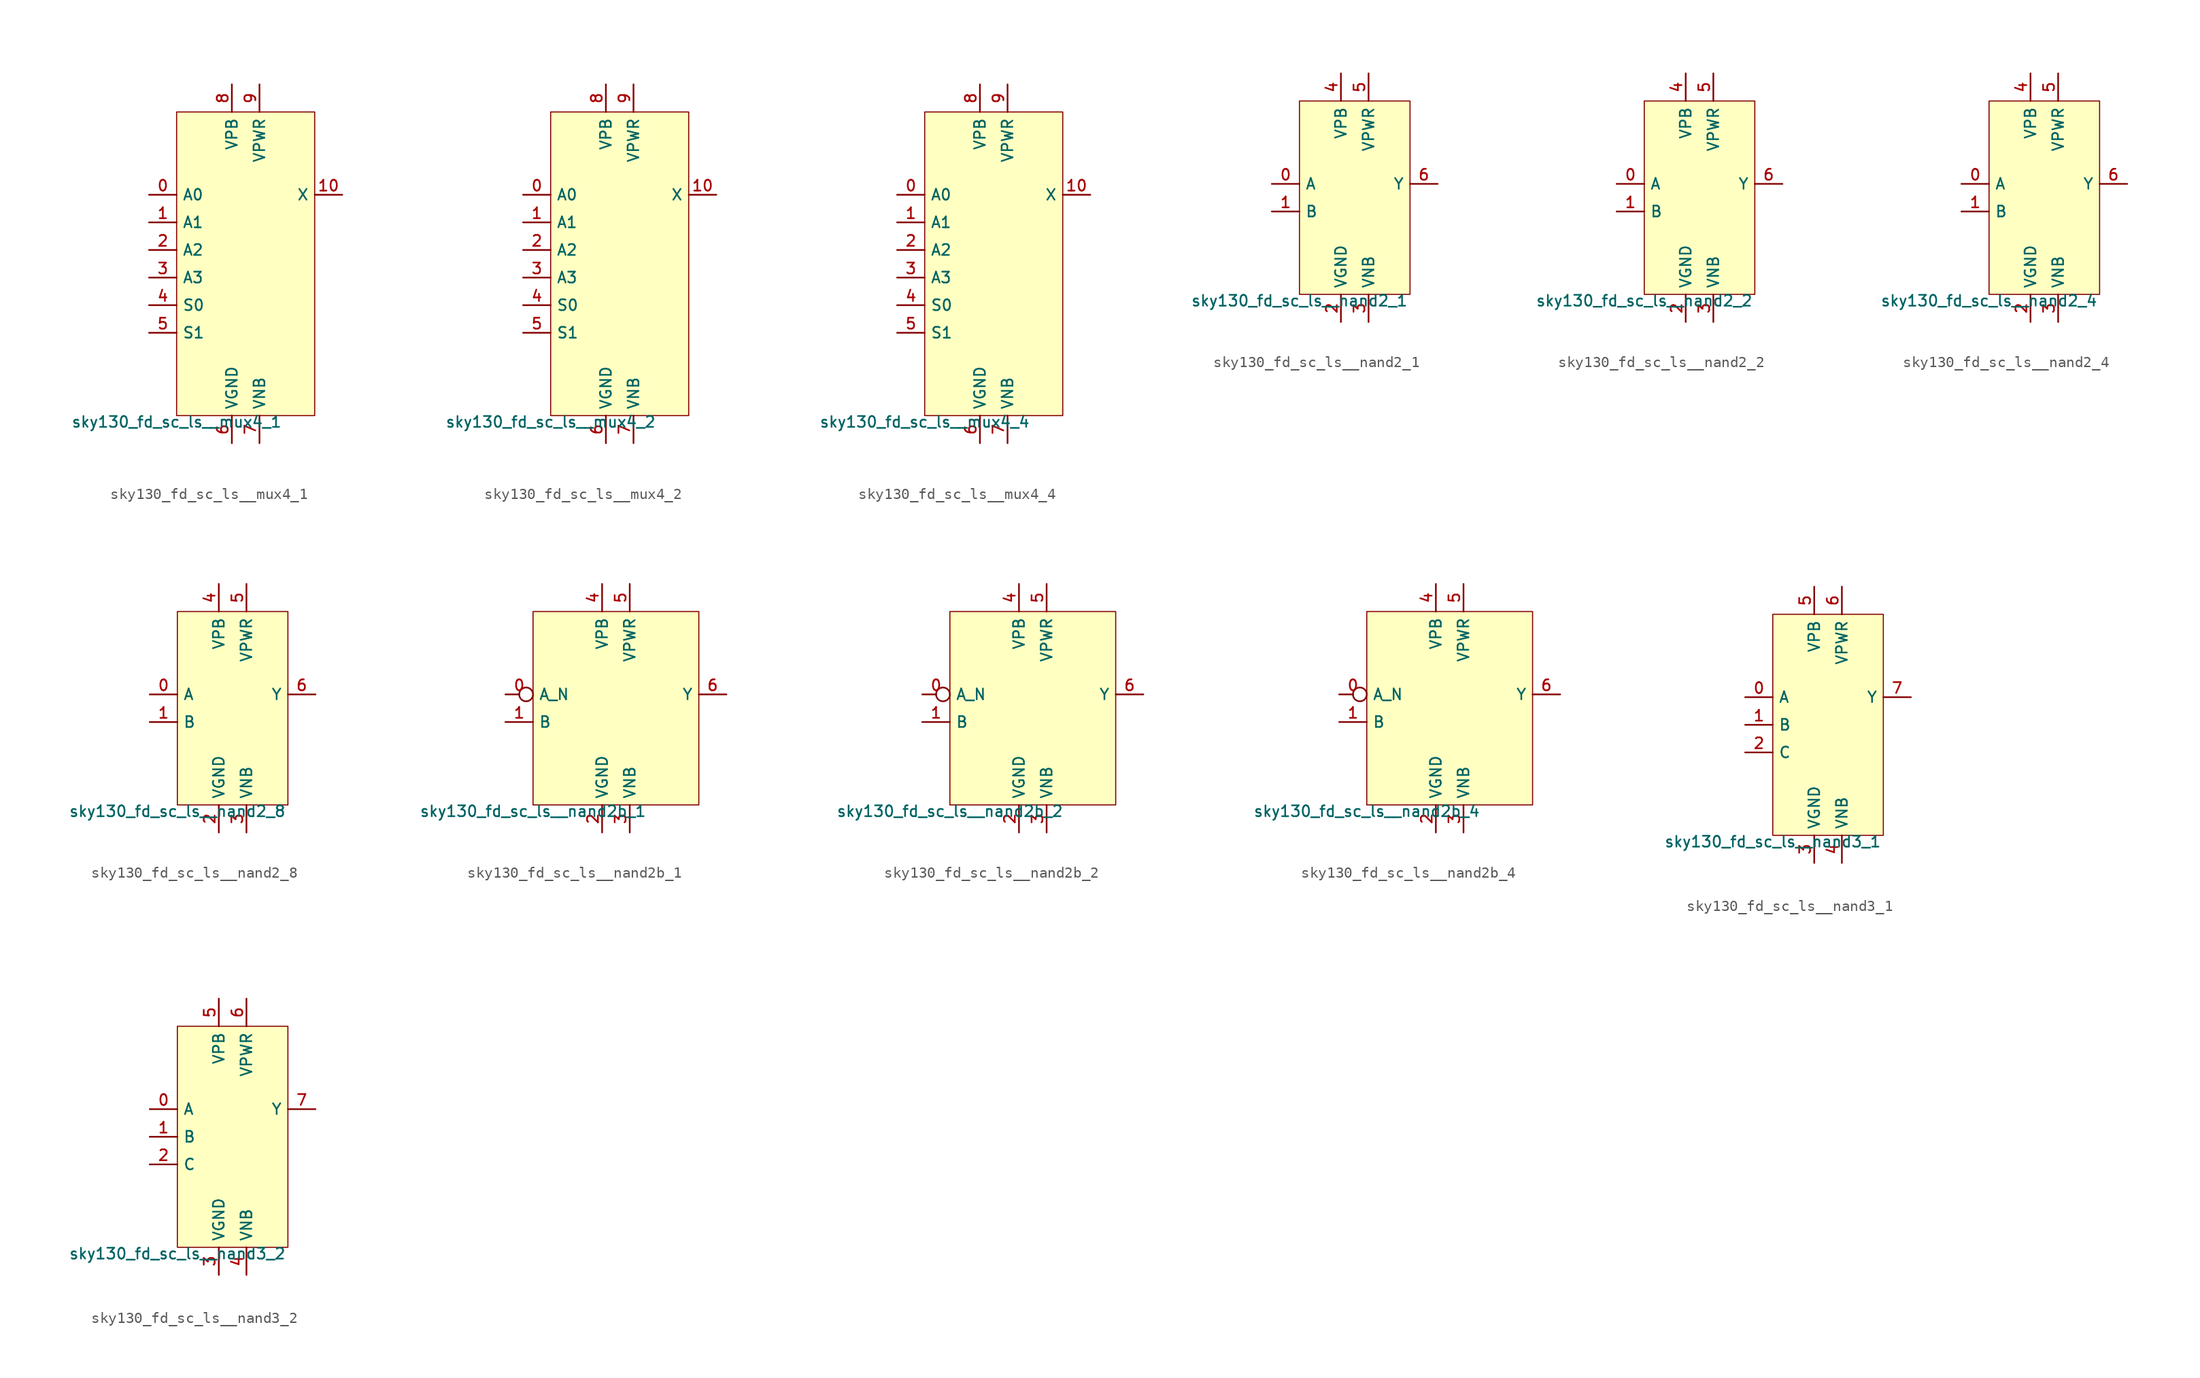
<source format=kicad_sym>
(kicad_symbol_lib
  (version 20211014)
  (generator lef2kicad_sym)
  (symbol "sky130_fd_sc_ls__mux4_1"
    (property "Reference" "X"
      (at 0 0 0)
      (effects (font (size 1 1)) hide))
    (property "Value" "sky130_fd_sc_ls__mux4_1"
      (at -6.35 -13.97 0)
      (effects (font (size 1 1)) (justify top)))
    (rectangle
      (start -6.35 -13.97)
      (end 6.35 13.97)
      (stroke (width 0.1) (type solid) (color 0 0 0 0))
      (fill (type background)))
    (pin input line
      (at -8.89 6.35 0)
      (length 2.54)
      (name "A0" (effects (font (size 1 1)) hide))
      (number "0" (effects (font (size 1 1)) hide)))
    (pin input line
      (at -8.89 3.81 0)
      (length 2.54)
      (name "A1" (effects (font (size 1 1)) hide))
      (number "1" (effects (font (size 1 1)) hide)))
    (pin input line
      (at -8.89 1.27 0)
      (length 2.54)
      (name "A2" (effects (font (size 1 1)) hide))
      (number "2" (effects (font (size 1 1)) hide)))
    (pin input line
      (at -8.89 -1.27 0)
      (length 2.54)
      (name "A3" (effects (font (size 1 1)) hide))
      (number "3" (effects (font (size 1 1)) hide)))
    (pin input line
      (at -8.89 -3.81 0)
      (length 2.54)
      (name "S0" (effects (font (size 1 1)) hide))
      (number "4" (effects (font (size 1 1)) hide)))
    (pin input line
      (at -8.89 -6.35 0)
      (length 2.54)
      (name "S1" (effects (font (size 1 1)) hide))
      (number "5" (effects (font (size 1 1)) hide)))
    (pin power_in line
      (at -1.27 -16.51 90)
      (length 2.54)
      (name "VGND" (effects (font (size 1 1)) hide))
      (number "6" (effects (font (size 1 1)) hide)))
    (pin power_in line
      (at 1.27 -16.51 90)
      (length 2.54)
      (name "VNB" (effects (font (size 1 1)) hide))
      (number "7" (effects (font (size 1 1)) hide)))
    (pin power_in line
      (at -1.27 16.51 270)
      (length 2.54)
      (name "VPB" (effects (font (size 1 1)) hide))
      (number "8" (effects (font (size 1 1)) hide)))
    (pin power_in line
      (at 1.27 16.51 270)
      (length 2.54)
      (name "VPWR" (effects (font (size 1 1)) hide))
      (number "9" (effects (font (size 1 1)) hide)))
    (pin output line
      (at 8.89 6.35 180)
      (length 2.54)
      (name "X" (effects (font (size 1 1)) hide))
      (number "10" (effects (font (size 1 1)) hide))))
  (symbol "sky130_fd_sc_ls__mux4_2"
    (property "Reference" "X"
      (at 0 0 0)
      (effects (font (size 1 1)) hide))
    (property "Value" "sky130_fd_sc_ls__mux4_2"
      (at -6.35 -13.97 0)
      (effects (font (size 1 1)) (justify top)))
    (rectangle
      (start -6.35 -13.97)
      (end 6.35 13.97)
      (stroke (width 0.1) (type solid) (color 0 0 0 0))
      (fill (type background)))
    (pin input line
      (at -8.89 6.35 0)
      (length 2.54)
      (name "A0" (effects (font (size 1 1)) hide))
      (number "0" (effects (font (size 1 1)) hide)))
    (pin input line
      (at -8.89 3.81 0)
      (length 2.54)
      (name "A1" (effects (font (size 1 1)) hide))
      (number "1" (effects (font (size 1 1)) hide)))
    (pin input line
      (at -8.89 1.27 0)
      (length 2.54)
      (name "A2" (effects (font (size 1 1)) hide))
      (number "2" (effects (font (size 1 1)) hide)))
    (pin input line
      (at -8.89 -1.27 0)
      (length 2.54)
      (name "A3" (effects (font (size 1 1)) hide))
      (number "3" (effects (font (size 1 1)) hide)))
    (pin input line
      (at -8.89 -3.81 0)
      (length 2.54)
      (name "S0" (effects (font (size 1 1)) hide))
      (number "4" (effects (font (size 1 1)) hide)))
    (pin input line
      (at -8.89 -6.35 0)
      (length 2.54)
      (name "S1" (effects (font (size 1 1)) hide))
      (number "5" (effects (font (size 1 1)) hide)))
    (pin power_in line
      (at -1.27 -16.51 90)
      (length 2.54)
      (name "VGND" (effects (font (size 1 1)) hide))
      (number "6" (effects (font (size 1 1)) hide)))
    (pin power_in line
      (at 1.27 -16.51 90)
      (length 2.54)
      (name "VNB" (effects (font (size 1 1)) hide))
      (number "7" (effects (font (size 1 1)) hide)))
    (pin power_in line
      (at -1.27 16.51 270)
      (length 2.54)
      (name "VPB" (effects (font (size 1 1)) hide))
      (number "8" (effects (font (size 1 1)) hide)))
    (pin power_in line
      (at 1.27 16.51 270)
      (length 2.54)
      (name "VPWR" (effects (font (size 1 1)) hide))
      (number "9" (effects (font (size 1 1)) hide)))
    (pin output line
      (at 8.89 6.35 180)
      (length 2.54)
      (name "X" (effects (font (size 1 1)) hide))
      (number "10" (effects (font (size 1 1)) hide))))
  (symbol "sky130_fd_sc_ls__mux4_4"
    (property "Reference" "X"
      (at 0 0 0)
      (effects (font (size 1 1)) hide))
    (property "Value" "sky130_fd_sc_ls__mux4_4"
      (at -6.35 -13.97 0)
      (effects (font (size 1 1)) (justify top)))
    (rectangle
      (start -6.35 -13.97)
      (end 6.35 13.97)
      (stroke (width 0.1) (type solid) (color 0 0 0 0))
      (fill (type background)))
    (pin input line
      (at -8.89 6.35 0)
      (length 2.54)
      (name "A0" (effects (font (size 1 1)) hide))
      (number "0" (effects (font (size 1 1)) hide)))
    (pin input line
      (at -8.89 3.81 0)
      (length 2.54)
      (name "A1" (effects (font (size 1 1)) hide))
      (number "1" (effects (font (size 1 1)) hide)))
    (pin input line
      (at -8.89 1.27 0)
      (length 2.54)
      (name "A2" (effects (font (size 1 1)) hide))
      (number "2" (effects (font (size 1 1)) hide)))
    (pin input line
      (at -8.89 -1.27 0)
      (length 2.54)
      (name "A3" (effects (font (size 1 1)) hide))
      (number "3" (effects (font (size 1 1)) hide)))
    (pin input line
      (at -8.89 -3.81 0)
      (length 2.54)
      (name "S0" (effects (font (size 1 1)) hide))
      (number "4" (effects (font (size 1 1)) hide)))
    (pin input line
      (at -8.89 -6.35 0)
      (length 2.54)
      (name "S1" (effects (font (size 1 1)) hide))
      (number "5" (effects (font (size 1 1)) hide)))
    (pin power_in line
      (at -1.27 -16.51 90)
      (length 2.54)
      (name "VGND" (effects (font (size 1 1)) hide))
      (number "6" (effects (font (size 1 1)) hide)))
    (pin power_in line
      (at 1.27 -16.51 90)
      (length 2.54)
      (name "VNB" (effects (font (size 1 1)) hide))
      (number "7" (effects (font (size 1 1)) hide)))
    (pin power_in line
      (at -1.27 16.51 270)
      (length 2.54)
      (name "VPB" (effects (font (size 1 1)) hide))
      (number "8" (effects (font (size 1 1)) hide)))
    (pin power_in line
      (at 1.27 16.51 270)
      (length 2.54)
      (name "VPWR" (effects (font (size 1 1)) hide))
      (number "9" (effects (font (size 1 1)) hide)))
    (pin output line
      (at 8.89 6.35 180)
      (length 2.54)
      (name "X" (effects (font (size 1 1)) hide))
      (number "10" (effects (font (size 1 1)) hide))))
  (symbol "sky130_fd_sc_ls__nand2_1"
    (property "Reference" "X"
      (at 0 0 0)
      (effects (font (size 1 1)) hide))
    (property "Value" "sky130_fd_sc_ls__nand2_1"
      (at -5.08 -8.89 0)
      (effects (font (size 1 1)) (justify top)))
    (rectangle
      (start -5.08 -8.89)
      (end 5.08 8.89)
      (stroke (width 0.1) (type solid) (color 0 0 0 0))
      (fill (type background)))
    (pin input line
      (at -7.62 1.27 0)
      (length 2.54)
      (name "A" (effects (font (size 1 1)) hide))
      (number "0" (effects (font (size 1 1)) hide)))
    (pin input line
      (at -7.62 -1.27 0)
      (length 2.54)
      (name "B" (effects (font (size 1 1)) hide))
      (number "1" (effects (font (size 1 1)) hide)))
    (pin power_in line
      (at -1.27 -11.43 90)
      (length 2.54)
      (name "VGND" (effects (font (size 1 1)) hide))
      (number "2" (effects (font (size 1 1)) hide)))
    (pin power_in line
      (at 1.27 -11.43 90)
      (length 2.54)
      (name "VNB" (effects (font (size 1 1)) hide))
      (number "3" (effects (font (size 1 1)) hide)))
    (pin power_in line
      (at -1.27 11.43 270)
      (length 2.54)
      (name "VPB" (effects (font (size 1 1)) hide))
      (number "4" (effects (font (size 1 1)) hide)))
    (pin power_in line
      (at 1.27 11.43 270)
      (length 2.54)
      (name "VPWR" (effects (font (size 1 1)) hide))
      (number "5" (effects (font (size 1 1)) hide)))
    (pin output line
      (at 7.62 1.27 180)
      (length 2.54)
      (name "Y" (effects (font (size 1 1)) hide))
      (number "6" (effects (font (size 1 1)) hide))))
  (symbol "sky130_fd_sc_ls__nand2_2"
    (property "Reference" "X"
      (at 0 0 0)
      (effects (font (size 1 1)) hide))
    (property "Value" "sky130_fd_sc_ls__nand2_2"
      (at -5.08 -8.89 0)
      (effects (font (size 1 1)) (justify top)))
    (rectangle
      (start -5.08 -8.89)
      (end 5.08 8.89)
      (stroke (width 0.1) (type solid) (color 0 0 0 0))
      (fill (type background)))
    (pin input line
      (at -7.62 1.27 0)
      (length 2.54)
      (name "A" (effects (font (size 1 1)) hide))
      (number "0" (effects (font (size 1 1)) hide)))
    (pin input line
      (at -7.62 -1.27 0)
      (length 2.54)
      (name "B" (effects (font (size 1 1)) hide))
      (number "1" (effects (font (size 1 1)) hide)))
    (pin power_in line
      (at -1.27 -11.43 90)
      (length 2.54)
      (name "VGND" (effects (font (size 1 1)) hide))
      (number "2" (effects (font (size 1 1)) hide)))
    (pin power_in line
      (at 1.27 -11.43 90)
      (length 2.54)
      (name "VNB" (effects (font (size 1 1)) hide))
      (number "3" (effects (font (size 1 1)) hide)))
    (pin power_in line
      (at -1.27 11.43 270)
      (length 2.54)
      (name "VPB" (effects (font (size 1 1)) hide))
      (number "4" (effects (font (size 1 1)) hide)))
    (pin power_in line
      (at 1.27 11.43 270)
      (length 2.54)
      (name "VPWR" (effects (font (size 1 1)) hide))
      (number "5" (effects (font (size 1 1)) hide)))
    (pin output line
      (at 7.62 1.27 180)
      (length 2.54)
      (name "Y" (effects (font (size 1 1)) hide))
      (number "6" (effects (font (size 1 1)) hide))))
  (symbol "sky130_fd_sc_ls__nand2_4"
    (property "Reference" "X"
      (at 0 0 0)
      (effects (font (size 1 1)) hide))
    (property "Value" "sky130_fd_sc_ls__nand2_4"
      (at -5.08 -8.89 0)
      (effects (font (size 1 1)) (justify top)))
    (rectangle
      (start -5.08 -8.89)
      (end 5.08 8.89)
      (stroke (width 0.1) (type solid) (color 0 0 0 0))
      (fill (type background)))
    (pin input line
      (at -7.62 1.27 0)
      (length 2.54)
      (name "A" (effects (font (size 1 1)) hide))
      (number "0" (effects (font (size 1 1)) hide)))
    (pin input line
      (at -7.62 -1.27 0)
      (length 2.54)
      (name "B" (effects (font (size 1 1)) hide))
      (number "1" (effects (font (size 1 1)) hide)))
    (pin power_in line
      (at -1.27 -11.43 90)
      (length 2.54)
      (name "VGND" (effects (font (size 1 1)) hide))
      (number "2" (effects (font (size 1 1)) hide)))
    (pin power_in line
      (at 1.27 -11.43 90)
      (length 2.54)
      (name "VNB" (effects (font (size 1 1)) hide))
      (number "3" (effects (font (size 1 1)) hide)))
    (pin power_in line
      (at -1.27 11.43 270)
      (length 2.54)
      (name "VPB" (effects (font (size 1 1)) hide))
      (number "4" (effects (font (size 1 1)) hide)))
    (pin power_in line
      (at 1.27 11.43 270)
      (length 2.54)
      (name "VPWR" (effects (font (size 1 1)) hide))
      (number "5" (effects (font (size 1 1)) hide)))
    (pin output line
      (at 7.62 1.27 180)
      (length 2.54)
      (name "Y" (effects (font (size 1 1)) hide))
      (number "6" (effects (font (size 1 1)) hide))))
  (symbol "sky130_fd_sc_ls__nand2_8"
    (property "Reference" "X"
      (at 0 0 0)
      (effects (font (size 1 1)) hide))
    (property "Value" "sky130_fd_sc_ls__nand2_8"
      (at -5.08 -8.89 0)
      (effects (font (size 1 1)) (justify top)))
    (rectangle
      (start -5.08 -8.89)
      (end 5.08 8.89)
      (stroke (width 0.1) (type solid) (color 0 0 0 0))
      (fill (type background)))
    (pin input line
      (at -7.62 1.27 0)
      (length 2.54)
      (name "A" (effects (font (size 1 1)) hide))
      (number "0" (effects (font (size 1 1)) hide)))
    (pin input line
      (at -7.62 -1.27 0)
      (length 2.54)
      (name "B" (effects (font (size 1 1)) hide))
      (number "1" (effects (font (size 1 1)) hide)))
    (pin power_in line
      (at -1.27 -11.43 90)
      (length 2.54)
      (name "VGND" (effects (font (size 1 1)) hide))
      (number "2" (effects (font (size 1 1)) hide)))
    (pin power_in line
      (at 1.27 -11.43 90)
      (length 2.54)
      (name "VNB" (effects (font (size 1 1)) hide))
      (number "3" (effects (font (size 1 1)) hide)))
    (pin power_in line
      (at -1.27 11.43 270)
      (length 2.54)
      (name "VPB" (effects (font (size 1 1)) hide))
      (number "4" (effects (font (size 1 1)) hide)))
    (pin power_in line
      (at 1.27 11.43 270)
      (length 2.54)
      (name "VPWR" (effects (font (size 1 1)) hide))
      (number "5" (effects (font (size 1 1)) hide)))
    (pin output line
      (at 7.62 1.27 180)
      (length 2.54)
      (name "Y" (effects (font (size 1 1)) hide))
      (number "6" (effects (font (size 1 1)) hide))))
  (symbol "sky130_fd_sc_ls__nand2b_1"
    (property "Reference" "X"
      (at 0 0 0)
      (effects (font (size 1 1)) hide))
    (property "Value" "sky130_fd_sc_ls__nand2b_1"
      (at -7.62 -8.89 0)
      (effects (font (size 1 1)) (justify top)))
    (rectangle
      (start -7.62 -8.89)
      (end 7.62 8.89)
      (stroke (width 0.1) (type solid) (color 0 0 0 0))
      (fill (type background)))
    (pin input inverted
      (at -10.16 1.27 0)
      (length 2.54)
      (name "A_N" (effects (font (size 1 1)) hide))
      (number "0" (effects (font (size 1 1)) hide)))
    (pin input line
      (at -10.16 -1.27 0)
      (length 2.54)
      (name "B" (effects (font (size 1 1)) hide))
      (number "1" (effects (font (size 1 1)) hide)))
    (pin power_in line
      (at -1.27 -11.43 90)
      (length 2.54)
      (name "VGND" (effects (font (size 1 1)) hide))
      (number "2" (effects (font (size 1 1)) hide)))
    (pin power_in line
      (at 1.27 -11.43 90)
      (length 2.54)
      (name "VNB" (effects (font (size 1 1)) hide))
      (number "3" (effects (font (size 1 1)) hide)))
    (pin power_in line
      (at -1.27 11.43 270)
      (length 2.54)
      (name "VPB" (effects (font (size 1 1)) hide))
      (number "4" (effects (font (size 1 1)) hide)))
    (pin power_in line
      (at 1.27 11.43 270)
      (length 2.54)
      (name "VPWR" (effects (font (size 1 1)) hide))
      (number "5" (effects (font (size 1 1)) hide)))
    (pin output line
      (at 10.16 1.27 180)
      (length 2.54)
      (name "Y" (effects (font (size 1 1)) hide))
      (number "6" (effects (font (size 1 1)) hide))))
  (symbol "sky130_fd_sc_ls__nand2b_2"
    (property "Reference" "X"
      (at 0 0 0)
      (effects (font (size 1 1)) hide))
    (property "Value" "sky130_fd_sc_ls__nand2b_2"
      (at -7.62 -8.89 0)
      (effects (font (size 1 1)) (justify top)))
    (rectangle
      (start -7.62 -8.89)
      (end 7.62 8.89)
      (stroke (width 0.1) (type solid) (color 0 0 0 0))
      (fill (type background)))
    (pin input inverted
      (at -10.16 1.27 0)
      (length 2.54)
      (name "A_N" (effects (font (size 1 1)) hide))
      (number "0" (effects (font (size 1 1)) hide)))
    (pin input line
      (at -10.16 -1.27 0)
      (length 2.54)
      (name "B" (effects (font (size 1 1)) hide))
      (number "1" (effects (font (size 1 1)) hide)))
    (pin power_in line
      (at -1.27 -11.43 90)
      (length 2.54)
      (name "VGND" (effects (font (size 1 1)) hide))
      (number "2" (effects (font (size 1 1)) hide)))
    (pin power_in line
      (at 1.27 -11.43 90)
      (length 2.54)
      (name "VNB" (effects (font (size 1 1)) hide))
      (number "3" (effects (font (size 1 1)) hide)))
    (pin power_in line
      (at -1.27 11.43 270)
      (length 2.54)
      (name "VPB" (effects (font (size 1 1)) hide))
      (number "4" (effects (font (size 1 1)) hide)))
    (pin power_in line
      (at 1.27 11.43 270)
      (length 2.54)
      (name "VPWR" (effects (font (size 1 1)) hide))
      (number "5" (effects (font (size 1 1)) hide)))
    (pin output line
      (at 10.16 1.27 180)
      (length 2.54)
      (name "Y" (effects (font (size 1 1)) hide))
      (number "6" (effects (font (size 1 1)) hide))))
  (symbol "sky130_fd_sc_ls__nand2b_4"
    (property "Reference" "X"
      (at 0 0 0)
      (effects (font (size 1 1)) hide))
    (property "Value" "sky130_fd_sc_ls__nand2b_4"
      (at -7.62 -8.89 0)
      (effects (font (size 1 1)) (justify top)))
    (rectangle
      (start -7.62 -8.89)
      (end 7.62 8.89)
      (stroke (width 0.1) (type solid) (color 0 0 0 0))
      (fill (type background)))
    (pin input inverted
      (at -10.16 1.27 0)
      (length 2.54)
      (name "A_N" (effects (font (size 1 1)) hide))
      (number "0" (effects (font (size 1 1)) hide)))
    (pin input line
      (at -10.16 -1.27 0)
      (length 2.54)
      (name "B" (effects (font (size 1 1)) hide))
      (number "1" (effects (font (size 1 1)) hide)))
    (pin power_in line
      (at -1.27 -11.43 90)
      (length 2.54)
      (name "VGND" (effects (font (size 1 1)) hide))
      (number "2" (effects (font (size 1 1)) hide)))
    (pin power_in line
      (at 1.27 -11.43 90)
      (length 2.54)
      (name "VNB" (effects (font (size 1 1)) hide))
      (number "3" (effects (font (size 1 1)) hide)))
    (pin power_in line
      (at -1.27 11.43 270)
      (length 2.54)
      (name "VPB" (effects (font (size 1 1)) hide))
      (number "4" (effects (font (size 1 1)) hide)))
    (pin power_in line
      (at 1.27 11.43 270)
      (length 2.54)
      (name "VPWR" (effects (font (size 1 1)) hide))
      (number "5" (effects (font (size 1 1)) hide)))
    (pin output line
      (at 10.16 1.27 180)
      (length 2.54)
      (name "Y" (effects (font (size 1 1)) hide))
      (number "6" (effects (font (size 1 1)) hide))))
  (symbol "sky130_fd_sc_ls__nand3_1"
    (property "Reference" "X"
      (at 0 0 0)
      (effects (font (size 1 1)) hide))
    (property "Value" "sky130_fd_sc_ls__nand3_1"
      (at -5.08 -10.16 0)
      (effects (font (size 1 1)) (justify top)))
    (rectangle
      (start -5.08 -10.16)
      (end 5.08 10.16)
      (stroke (width 0.1) (type solid) (color 0 0 0 0))
      (fill (type background)))
    (pin input line
      (at -7.62 2.54 0)
      (length 2.54)
      (name "A" (effects (font (size 1 1)) hide))
      (number "0" (effects (font (size 1 1)) hide)))
    (pin input line
      (at -7.62 0.0 0)
      (length 2.54)
      (name "B" (effects (font (size 1 1)) hide))
      (number "1" (effects (font (size 1 1)) hide)))
    (pin input line
      (at -7.62 -2.54 0)
      (length 2.54)
      (name "C" (effects (font (size 1 1)) hide))
      (number "2" (effects (font (size 1 1)) hide)))
    (pin power_in line
      (at -1.27 -12.7 90)
      (length 2.54)
      (name "VGND" (effects (font (size 1 1)) hide))
      (number "3" (effects (font (size 1 1)) hide)))
    (pin power_in line
      (at 1.27 -12.7 90)
      (length 2.54)
      (name "VNB" (effects (font (size 1 1)) hide))
      (number "4" (effects (font (size 1 1)) hide)))
    (pin power_in line
      (at -1.27 12.7 270)
      (length 2.54)
      (name "VPB" (effects (font (size 1 1)) hide))
      (number "5" (effects (font (size 1 1)) hide)))
    (pin power_in line
      (at 1.27 12.7 270)
      (length 2.54)
      (name "VPWR" (effects (font (size 1 1)) hide))
      (number "6" (effects (font (size 1 1)) hide)))
    (pin output line
      (at 7.62 2.54 180)
      (length 2.54)
      (name "Y" (effects (font (size 1 1)) hide))
      (number "7" (effects (font (size 1 1)) hide))))
  (symbol "sky130_fd_sc_ls__nand3_2"
    (property "Reference" "X"
      (at 0 0 0)
      (effects (font (size 1 1)) hide))
    (property "Value" "sky130_fd_sc_ls__nand3_2"
      (at -5.08 -10.16 0)
      (effects (font (size 1 1)) (justify top)))
    (rectangle
      (start -5.08 -10.16)
      (end 5.08 10.16)
      (stroke (width 0.1) (type solid) (color 0 0 0 0))
      (fill (type background)))
    (pin input line
      (at -7.62 2.54 0)
      (length 2.54)
      (name "A" (effects (font (size 1 1)) hide))
      (number "0" (effects (font (size 1 1)) hide)))
    (pin input line
      (at -7.62 0.0 0)
      (length 2.54)
      (name "B" (effects (font (size 1 1)) hide))
      (number "1" (effects (font (size 1 1)) hide)))
    (pin input line
      (at -7.62 -2.54 0)
      (length 2.54)
      (name "C" (effects (font (size 1 1)) hide))
      (number "2" (effects (font (size 1 1)) hide)))
    (pin power_in line
      (at -1.27 -12.7 90)
      (length 2.54)
      (name "VGND" (effects (font (size 1 1)) hide))
      (number "3" (effects (font (size 1 1)) hide)))
    (pin power_in line
      (at 1.27 -12.7 90)
      (length 2.54)
      (name "VNB" (effects (font (size 1 1)) hide))
      (number "4" (effects (font (size 1 1)) hide)))
    (pin power_in line
      (at -1.27 12.7 270)
      (length 2.54)
      (name "VPB" (effects (font (size 1 1)) hide))
      (number "5" (effects (font (size 1 1)) hide)))
    (pin power_in line
      (at 1.27 12.7 270)
      (length 2.54)
      (name "VPWR" (effects (font (size 1 1)) hide))
      (number "6" (effects (font (size 1 1)) hide)))
    (pin output line
      (at 7.62 2.54 180)
      (length 2.54)
      (name "Y" (effects (font (size 1 1)) hide))
      (number "7" (effects (font (size 1 1)) hide)))))
</source>
